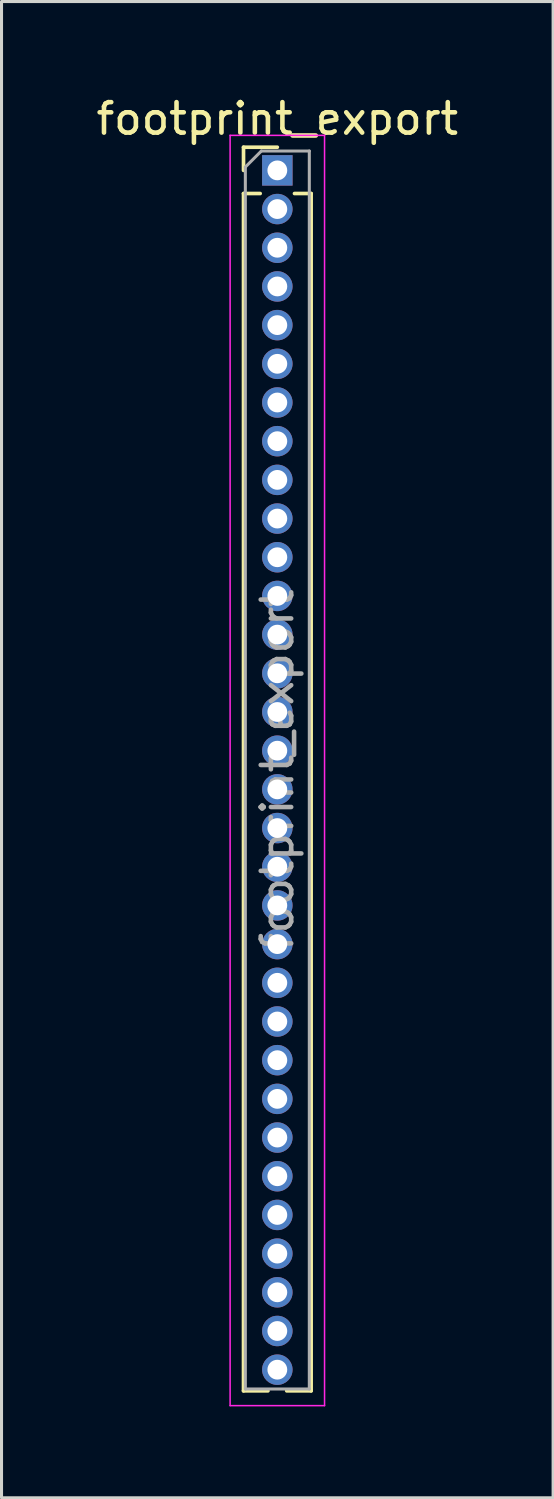
<source format=kicad_pcb>
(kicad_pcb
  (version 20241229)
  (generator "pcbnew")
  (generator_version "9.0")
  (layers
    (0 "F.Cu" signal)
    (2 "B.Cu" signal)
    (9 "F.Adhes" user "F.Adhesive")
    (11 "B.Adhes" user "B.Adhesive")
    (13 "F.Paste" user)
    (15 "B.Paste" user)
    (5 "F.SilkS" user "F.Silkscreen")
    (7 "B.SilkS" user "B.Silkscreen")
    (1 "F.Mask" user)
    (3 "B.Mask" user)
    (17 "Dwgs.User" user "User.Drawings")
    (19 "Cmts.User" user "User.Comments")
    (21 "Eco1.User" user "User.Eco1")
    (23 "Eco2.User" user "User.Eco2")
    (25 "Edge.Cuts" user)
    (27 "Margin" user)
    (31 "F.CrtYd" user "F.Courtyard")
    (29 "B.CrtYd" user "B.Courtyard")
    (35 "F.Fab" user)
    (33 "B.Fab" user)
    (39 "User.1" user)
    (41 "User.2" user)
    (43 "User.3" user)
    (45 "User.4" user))
  (footprint "footprint_export"
    (layer "F.Cu")
    (at 6.054 2.543)
    (property "Reference" "footprint_export" (at 0 -1.695 0) (layer "F.SilkS") (effects (font (size 1 1) (thickness 0.15))))
    (attr through_hole)
    (fp_line (start -1.11 -0.76) (end 0 -0.76) (stroke (width 0.12) (type solid)) (layer "F.SilkS"))
    (fp_line (start -1.11 0) (end -1.11 -0.76) (stroke (width 0.12) (type solid)) (layer "F.SilkS"))
    (fp_line (start -1.11 0.76) (end -1.11 40.065) (stroke (width 0.12) (type solid)) (layer "F.SilkS"))
    (fp_line (start -1.11 0.76) (end -0.563 0.76) (stroke (width 0.12) (type solid)) (layer "F.SilkS"))
    (fp_line (start -1.11 40.065) (end -0.308 40.065) (stroke (width 0.12) (type solid)) (layer "F.SilkS"))
    (fp_line (start 0.308 40.065) (end 1.11 40.065) (stroke (width 0.12) (type solid)) (layer "F.SilkS"))
    (fp_line (start 0.563 0.76) (end 1.11 0.76) (stroke (width 0.12) (type solid)) (layer "F.SilkS"))
    (fp_line (start 1.11 0.76) (end 1.11 40.065) (stroke (width 0.12) (type solid)) (layer "F.SilkS"))
    (fp_line (start -1.55 -1.15) (end -1.55 40.55) (stroke (width 0.05) (type solid)) (layer "F.CrtYd"))
    (fp_line (start -1.55 40.55) (end 1.55 40.55) (stroke (width 0.05) (type solid)) (layer "F.CrtYd"))
    (fp_line (start 1.55 -1.15) (end -1.55 -1.15) (stroke (width 0.05) (type solid)) (layer "F.CrtYd"))
    (fp_line (start 1.55 40.55) (end 1.55 -1.15) (stroke (width 0.05) (type solid)) (layer "F.CrtYd"))
    (fp_line (start -1.05 -0.11) (end -0.525 -0.635) (stroke (width 0.1) (type solid)) (layer "F.Fab"))
    (fp_line (start -1.05 40.005) (end -1.05 -0.11) (stroke (width 0.1) (type solid)) (layer "F.Fab"))
    (fp_line (start -0.525 -0.635) (end 1.05 -0.635) (stroke (width 0.1) (type solid)) (layer "F.Fab"))
    (fp_line (start 1.05 -0.635) (end 1.05 40.005) (stroke (width 0.1) (type solid)) (layer "F.Fab"))
    (fp_line (start 1.05 40.005) (end -1.05 40.005) (stroke (width 0.1) (type solid)) (layer "F.Fab"))
    (fp_text user "${REFERENCE}" (at 0 19.685 90) (layer "F.Fab") (effects (font (size 1 1) (thickness 0.15))))
    (pad "1" thru_hole rect (at 0 0) (size 1 1) (drill 0.65) (layers "*.Cu" "*.Mask"))
    (pad "2" thru_hole oval (at 0 1.27) (size 1 1) (drill 0.65) (layers "*.Cu" "*.Mask"))
    (pad "3" thru_hole oval (at 0 2.54) (size 1 1) (drill 0.65) (layers "*.Cu" "*.Mask"))
    (pad "4" thru_hole oval (at 0 3.81) (size 1 1) (drill 0.65) (layers "*.Cu" "*.Mask"))
    (pad "5" thru_hole oval (at 0 5.08) (size 1 1) (drill 0.65) (layers "*.Cu" "*.Mask"))
    (pad "6" thru_hole oval (at 0 6.35) (size 1 1) (drill 0.65) (layers "*.Cu" "*.Mask"))
    (pad "7" thru_hole oval (at 0 7.62) (size 1 1) (drill 0.65) (layers "*.Cu" "*.Mask"))
    (pad "8" thru_hole oval (at 0 8.89) (size 1 1) (drill 0.65) (layers "*.Cu" "*.Mask"))
    (pad "9" thru_hole oval (at 0 10.16) (size 1 1) (drill 0.65) (layers "*.Cu" "*.Mask"))
    (pad "10" thru_hole oval (at 0 11.43) (size 1 1) (drill 0.65) (layers "*.Cu" "*.Mask"))
    (pad "11" thru_hole oval (at 0 12.7) (size 1 1) (drill 0.65) (layers "*.Cu" "*.Mask"))
    (pad "12" thru_hole oval (at 0 13.97) (size 1 1) (drill 0.65) (layers "*.Cu" "*.Mask"))
    (pad "13" thru_hole oval (at 0 15.24) (size 1 1) (drill 0.65) (layers "*.Cu" "*.Mask"))
    (pad "14" thru_hole oval (at 0 16.51) (size 1 1) (drill 0.65) (layers "*.Cu" "*.Mask"))
    (pad "15" thru_hole oval (at 0 17.78) (size 1 1) (drill 0.65) (layers "*.Cu" "*.Mask"))
    (pad "16" thru_hole oval (at 0 19.05) (size 1 1) (drill 0.65) (layers "*.Cu" "*.Mask"))
    (pad "17" thru_hole oval (at 0 20.32) (size 1 1) (drill 0.65) (layers "*.Cu" "*.Mask"))
    (pad "18" thru_hole oval (at 0 21.59) (size 1 1) (drill 0.65) (layers "*.Cu" "*.Mask"))
    (pad "19" thru_hole oval (at 0 22.86) (size 1 1) (drill 0.65) (layers "*.Cu" "*.Mask"))
    (pad "20" thru_hole oval (at 0 24.13) (size 1 1) (drill 0.65) (layers "*.Cu" "*.Mask"))
    (pad "21" thru_hole oval (at 0 25.4) (size 1 1) (drill 0.65) (layers "*.Cu" "*.Mask"))
    (pad "22" thru_hole oval (at 0 26.67) (size 1 1) (drill 0.65) (layers "*.Cu" "*.Mask"))
    (pad "23" thru_hole oval (at 0 27.94) (size 1 1) (drill 0.65) (layers "*.Cu" "*.Mask"))
    (pad "24" thru_hole oval (at 0 29.21) (size 1 1) (drill 0.65) (layers "*.Cu" "*.Mask"))
    (pad "25" thru_hole oval (at 0 30.48) (size 1 1) (drill 0.65) (layers "*.Cu" "*.Mask"))
    (pad "26" thru_hole oval (at 0 31.75) (size 1 1) (drill 0.65) (layers "*.Cu" "*.Mask"))
    (pad "27" thru_hole oval (at 0 33.02) (size 1 1) (drill 0.65) (layers "*.Cu" "*.Mask"))
    (pad "28" thru_hole oval (at 0 34.29) (size 1 1) (drill 0.65) (layers "*.Cu" "*.Mask"))
    (pad "29" thru_hole oval (at 0 35.56) (size 1 1) (drill 0.65) (layers "*.Cu" "*.Mask"))
    (pad "30" thru_hole oval (at 0 36.83) (size 1 1) (drill 0.65) (layers "*.Cu" "*.Mask"))
    (pad "31" thru_hole oval (at 0 38.1) (size 1 1) (drill 0.65) (layers "*.Cu" "*.Mask"))
    (pad "32" thru_hole oval (at 0 39.37) (size 1 1) (drill 0.65) (layers "*.Cu" "*.Mask")))
  (gr_rect
    (start -3 -3)
    (end 15.107 46.118)
    (stroke (width 0.1) (type default))
    (fill no)
    (layer "Edge.Cuts")))
</source>
